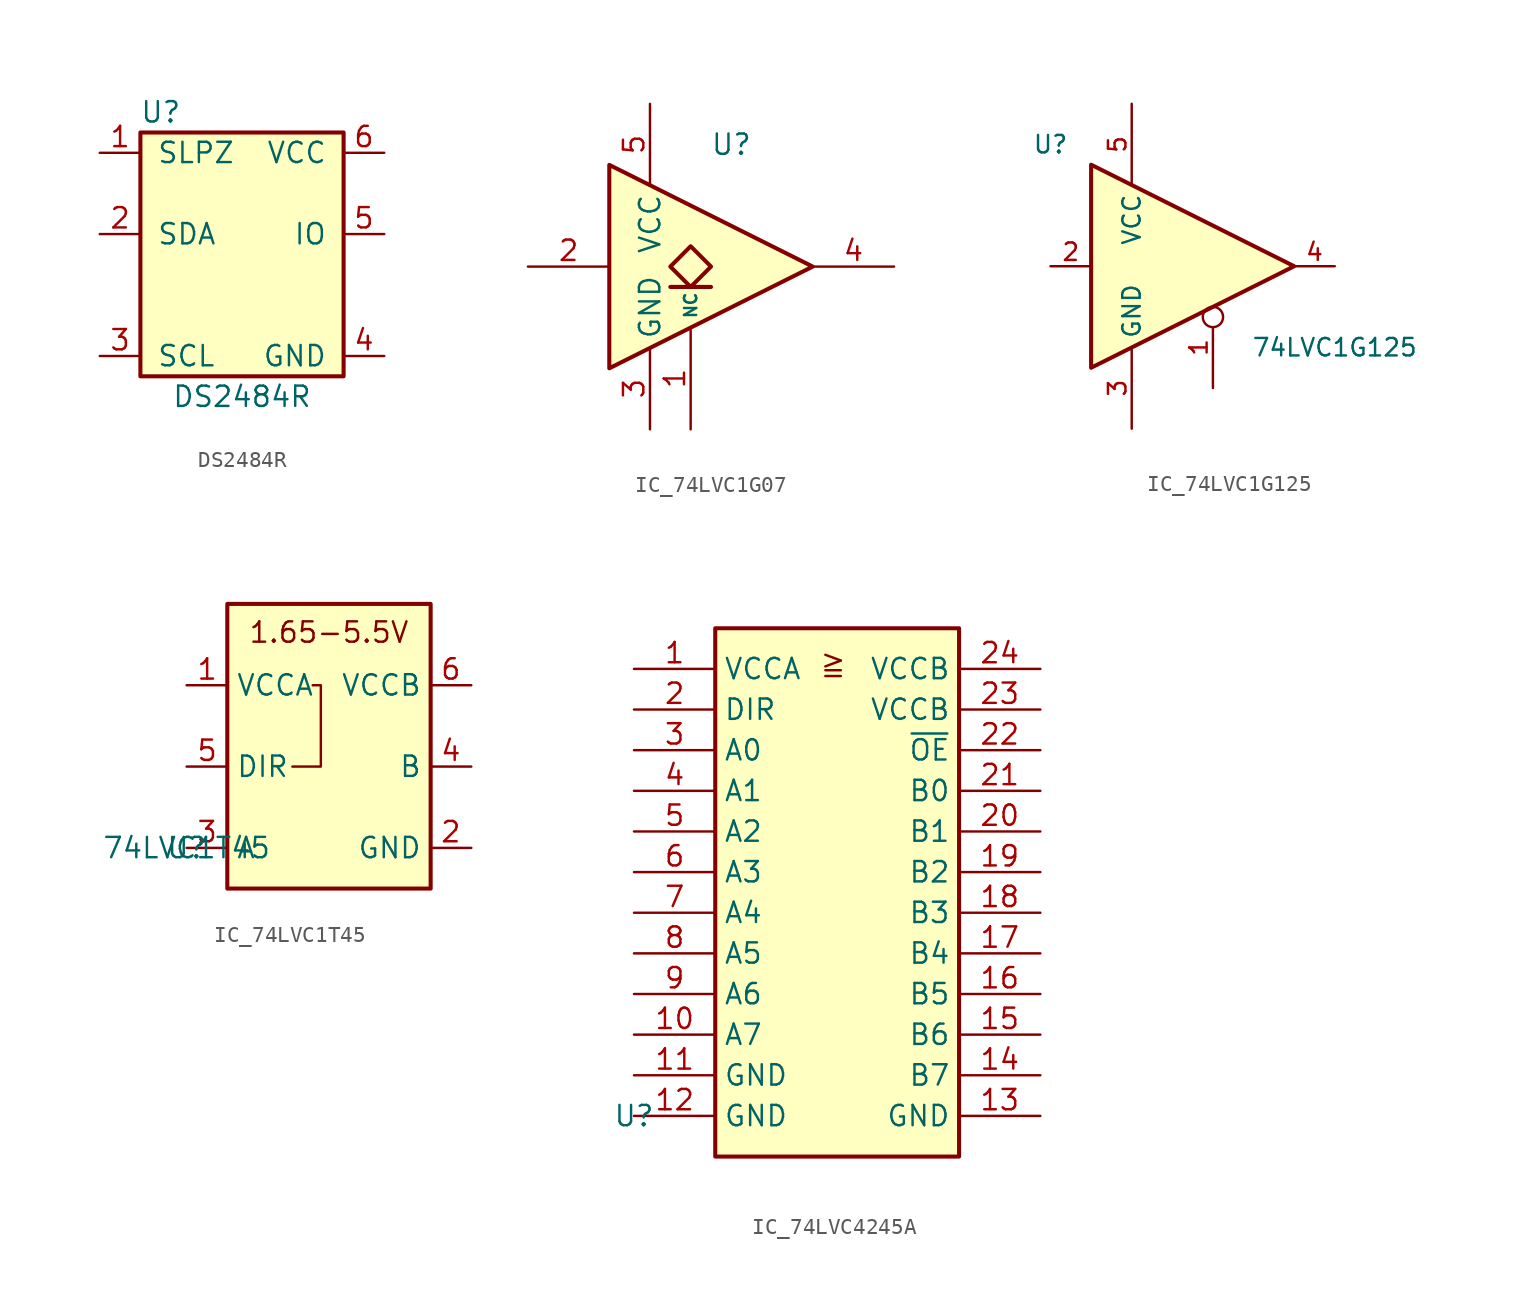
<source format=kicad_sym>
(kicad_symbol_lib
  (version 20231120)
  (generator "kicad_symbol_editor")
  (generator_version "8.0")
  (symbol "DS2484R"
    (pin_names
      (offset 1.016))
    (property "Reference" "U"
      (at 3.81 15.24 0)
      (effects (font (size 1.27 1.27))))
    (property "Value" "DS2484R"
      (at 8.89 -2.54 0)
      (effects (font (size 1.27 1.27))))
    (symbol "DS2484R_0_0"
      (pin input line (at 0 12.7 0) (length 2.54) (name "SLPZ" (effects (font (size 1.27 1.27)))) (number "1" (effects (font (size 1.27 1.27)))))
      (pin bidirectional line (at 0 7.62 0) (length 2.54) (name "SDA" (effects (font (size 1.27 1.27)))) (number "2" (effects (font (size 1.27 1.27)))))
      (pin input line (at 0 0 0) (length 2.54) (name "SCL" (effects (font (size 1.27 1.27)))) (number "3" (effects (font (size 1.27 1.27)))))
      (pin power_in line (at 17.78 0 180) (length 2.54) (name "GND" (effects (font (size 1.27 1.27)))) (number "4" (effects (font (size 1.27 1.27)))))
      (pin bidirectional line (at 17.78 7.62 180) (length 2.54) (name "IO" (effects (font (size 1.27 1.27)))) (number "5" (effects (font (size 1.27 1.27)))))
      (pin power_in line (at 17.78 12.7 180) (length 2.54) (name "VCC" (effects (font (size 1.27 1.27)))) (number "6" (effects (font (size 1.27 1.27))))))
    (symbol "DS2484R_1_1"
      (rectangle (start 2.54 13.97) (end 15.24 -1.27) (stroke (width 0.254) (type solid)) (fill (type background)))))
  (symbol "IC_74LVC1G07"
    (property "Reference" "U"
      (at 12.7 7.62 0)
      (effects (font (size 1.27 1.27))))
    (property "Value" ""
      (at 16.51 -7.62 0)
      (effects (font (size 1.27 1.27))))
    (symbol "IC_74LVC1G07_0_1"
      (polyline (pts (xy 8.89 -1.27) (xy 11.43 -1.27)) (stroke (width 0.254) (type default)) (fill (type background)))
      (polyline (pts (xy 5.08 6.35) (xy 5.08 -6.35) (xy 17.78 0) (xy 5.08 6.35)) (stroke (width 0.254) (type default)) (fill (type background)))
      (polyline (pts (xy 10.16 1.27) (xy 8.89 0) (xy 10.16 -1.27) (xy 11.43 0) (xy 10.16 1.27)) (stroke (width 0.254) (type default)) (fill (type background))))
    (symbol "IC_74LVC1G07_1_1"
      (pin free line (at 10.16 -10.16 90) (length 6.35) (name "NC" (effects (font (size 0.762 0.762)))) (number "1" (effects (font (size 1.27 1.27)))))
      (pin input line (at 0 0 0) (length 5.08) (name "~" (effects (font (size 1.27 1.27)))) (number "2" (effects (font (size 1.27 1.27)))))
      (pin power_in line (at 7.62 -10.16 90) (length 5.08) (name "GND" (effects (font (size 1.27 1.27)))) (number "3" (effects (font (size 1.27 1.27)))))
      (pin open_collector line (at 22.86 0 180) (length 5.08) (name "~" (effects (font (size 1.27 1.27)))) (number "4" (effects (font (size 1.27 1.27)))))
      (pin power_in line (at 7.62 10.16 270) (length 5.08) (name "VCC" (effects (font (size 1.27 1.27)))) (number "5" (effects (font (size 1.27 1.27)))))))
  (symbol "IC_74LVC1G125"
    (property "Reference" "U"
      (at 0 7.62 0)
      (effects (font (size 1.092 1.092))))
    (property "Value" "74LVC1G125"
      (at 17.78 -5.08 0)
      (effects (font (size 1.092 1.092))))
    (symbol "IC_74LVC1G125_0_1"
      (polyline (pts (xy 2.54 6.35) (xy 2.54 -6.35) (xy 15.24 0) (xy 2.54 6.35)) (stroke (width 0.254) (type default)) (fill (type background))))
    (symbol "IC_74LVC1G125_1_1"
      (pin input inverted (at 10.16 -7.62 90) (length 5.08) (name "~" (effects (font (size 1.27 1.27)))) (number "1" (effects (font (size 1.092 1.092)))))
      (pin input line (at 0 0 0) (length 2.54) (name "~" (effects (font (size 1.27 1.27)))) (number "2" (effects (font (size 1.092 1.092)))))
      (pin power_in line (at 5.08 -10.16 90) (length 5.08) (name "GND" (effects (font (size 1.092 1.092)))) (number "3" (effects (font (size 1.092 1.092)))))
      (pin tri_state line (at 17.78 0 180) (length 2.54) (name "~" (effects (font (size 1.27 1.27)))) (number "4" (effects (font (size 1.092 1.092)))))
      (pin power_in line (at 5.08 10.16 270) (length 5.08) (name "VCC" (effects (font (size 1.092 1.092)))) (number "5" (effects (font (size 1.092 1.092)))))))
  (symbol "IC_74LVC1T45"
    (property "Reference" "U"
      (at 0 0 0)
      (effects (font (size 1.27 1.27))))
    (property "Value" "74LVC1T45"
      (at 0 0 0)
      (effects (font (size 1.27 1.27))))
    (symbol "IC_74LVC1T45_0_1"
      (rectangle (start 2.54 15.24) (end 15.24 -2.54) (stroke (width 0.254) (type default)) (fill (type background))))
    (symbol "IC_74LVC1T45_1_1"
      (polyline (pts (xy 7.874 10.16) (xy 8.382 10.16) (xy 8.382 5.08) (xy 6.604 5.08)) (stroke (width 0) (type default)) (fill (type none)))
      (text "1.65-5.5V" (at 8.89 13.462 0) (effects (font (size 1.27 1.27))))
      (pin power_in line (at 0 10.16 0) (length 2.56) (name "VCCA" (effects (font (size 1.27 1.27)))) (number "1" (effects (font (size 1.27 1.27)))))
      (pin power_in line (at 17.78 0 180) (length 2.56) (name "GND" (effects (font (size 1.27 1.27)))) (number "2" (effects (font (size 1.27 1.27)))))
      (pin passive line (at 0 0 0) (length 2.56) (name "A" (effects (font (size 1.27 1.27)))) (number "3" (effects (font (size 1.27 1.27)))))
      (pin passive line (at 17.78 5.08 180) (length 2.56) (name "B" (effects (font (size 1.27 1.27)))) (number "4" (effects (font (size 1.27 1.27)))))
      (pin passive line (at 0 5.08 0) (length 2.56) (name "DIR" (effects (font (size 1.27 1.27)))) (number "5" (effects (font (size 1.27 1.27)))))
      (pin power_in line (at 17.78 10.16 180) (length 2.56) (name "VCCB" (effects (font (size 1.27 1.27)))) (number "6" (effects (font (size 1.27 1.27)))))))
  (symbol "IC_74LVC4245A"
    (property "Reference" "U"
      (at 0 0 0)
      (effects (font (size 1.27 1.27))))
    (property "Value" ""
      (at 0 0 0)
      (effects (font (size 1.27 1.27))))
    (symbol "IC_74LVC4245A_1_1"
      (rectangle (start 5.08 30.48) (end 20.32 -2.54) (stroke (width 0.254) (type default)) (fill (type background)))
      (text "≧" (at 12.446 28.194 0) (effects (font (size 1.27 1.27))))
      (pin power_in line (at 0 27.94 0) (length 5.08) (name "VCCA" (effects (font (size 1.27 1.27)))) (number "1" (effects (font (size 1.27 1.27)))))
      (pin bidirectional line (at 0 5.08 0) (length 5.08) (name "A7" (effects (font (size 1.27 1.27)))) (number "10" (effects (font (size 1.27 1.27)))))
      (pin power_in line (at 0 2.54 0) (length 5.08) (name "GND" (effects (font (size 1.27 1.27)))) (number "11" (effects (font (size 1.27 1.27)))))
      (pin power_in line (at 0 0 0) (length 5.08) (name "GND" (effects (font (size 1.27 1.27)))) (number "12" (effects (font (size 1.27 1.27)))))
      (pin power_in line (at 25.4 0 180) (length 5.08) (name "GND" (effects (font (size 1.27 1.27)))) (number "13" (effects (font (size 1.27 1.27)))))
      (pin bidirectional line (at 25.4 2.54 180) (length 5.08) (name "B7" (effects (font (size 1.27 1.27)))) (number "14" (effects (font (size 1.27 1.27)))))
      (pin bidirectional line (at 25.4 5.08 180) (length 5.08) (name "B6" (effects (font (size 1.27 1.27)))) (number "15" (effects (font (size 1.27 1.27)))))
      (pin bidirectional line (at 25.4 7.62 180) (length 5.08) (name "B5" (effects (font (size 1.27 1.27)))) (number "16" (effects (font (size 1.27 1.27)))))
      (pin bidirectional line (at 25.4 10.16 180) (length 5.08) (name "B4" (effects (font (size 1.27 1.27)))) (number "17" (effects (font (size 1.27 1.27)))))
      (pin bidirectional line (at 25.4 12.7 180) (length 5.08) (name "B3" (effects (font (size 1.27 1.27)))) (number "18" (effects (font (size 1.27 1.27)))))
      (pin bidirectional line (at 25.4 15.24 180) (length 5.08) (name "B2" (effects (font (size 1.27 1.27)))) (number "19" (effects (font (size 1.27 1.27)))))
      (pin passive line (at 0 25.4 0) (length 5.08) (name "DIR" (effects (font (size 1.27 1.27)))) (number "2" (effects (font (size 1.27 1.27)))))
      (pin bidirectional line (at 25.4 17.78 180) (length 5.08) (name "B1" (effects (font (size 1.27 1.27)))) (number "20" (effects (font (size 1.27 1.27)))))
      (pin bidirectional line (at 25.4 20.32 180) (length 5.08) (name "B0" (effects (font (size 1.27 1.27)))) (number "21" (effects (font (size 1.27 1.27)))))
      (pin passive line (at 25.4 22.86 180) (length 5.08) (name "~{OE}" (effects (font (size 1.27 1.27)))) (number "22" (effects (font (size 1.27 1.27)))))
      (pin power_in line (at 25.4 25.4 180) (length 5.08) (name "VCCB" (effects (font (size 1.27 1.27)))) (number "23" (effects (font (size 1.27 1.27)))))
      (pin power_in line (at 25.4 27.94 180) (length 5.08) (name "VCCB" (effects (font (size 1.27 1.27)))) (number "24" (effects (font (size 1.27 1.27)))))
      (pin bidirectional line (at 0 22.86 0) (length 5.08) (name "A0" (effects (font (size 1.27 1.27)))) (number "3" (effects (font (size 1.27 1.27)))))
      (pin bidirectional line (at 0 20.32 0) (length 5.08) (name "A1" (effects (font (size 1.27 1.27)))) (number "4" (effects (font (size 1.27 1.27)))))
      (pin bidirectional line (at 0 17.78 0) (length 5.08) (name "A2" (effects (font (size 1.27 1.27)))) (number "5" (effects (font (size 1.27 1.27)))))
      (pin bidirectional line (at 0 15.24 0) (length 5.08) (name "A3" (effects (font (size 1.27 1.27)))) (number "6" (effects (font (size 1.27 1.27)))))
      (pin bidirectional line (at 0 12.7 0) (length 5.08) (name "A4" (effects (font (size 1.27 1.27)))) (number "7" (effects (font (size 1.27 1.27)))))
      (pin bidirectional line (at 0 10.16 0) (length 5.08) (name "A5" (effects (font (size 1.27 1.27)))) (number "8" (effects (font (size 1.27 1.27)))))
      (pin bidirectional line (at 0 7.62 0) (length 5.08) (name "A6" (effects (font (size 1.27 1.27)))) (number "9" (effects (font (size 1.27 1.27))))))))
</source>
